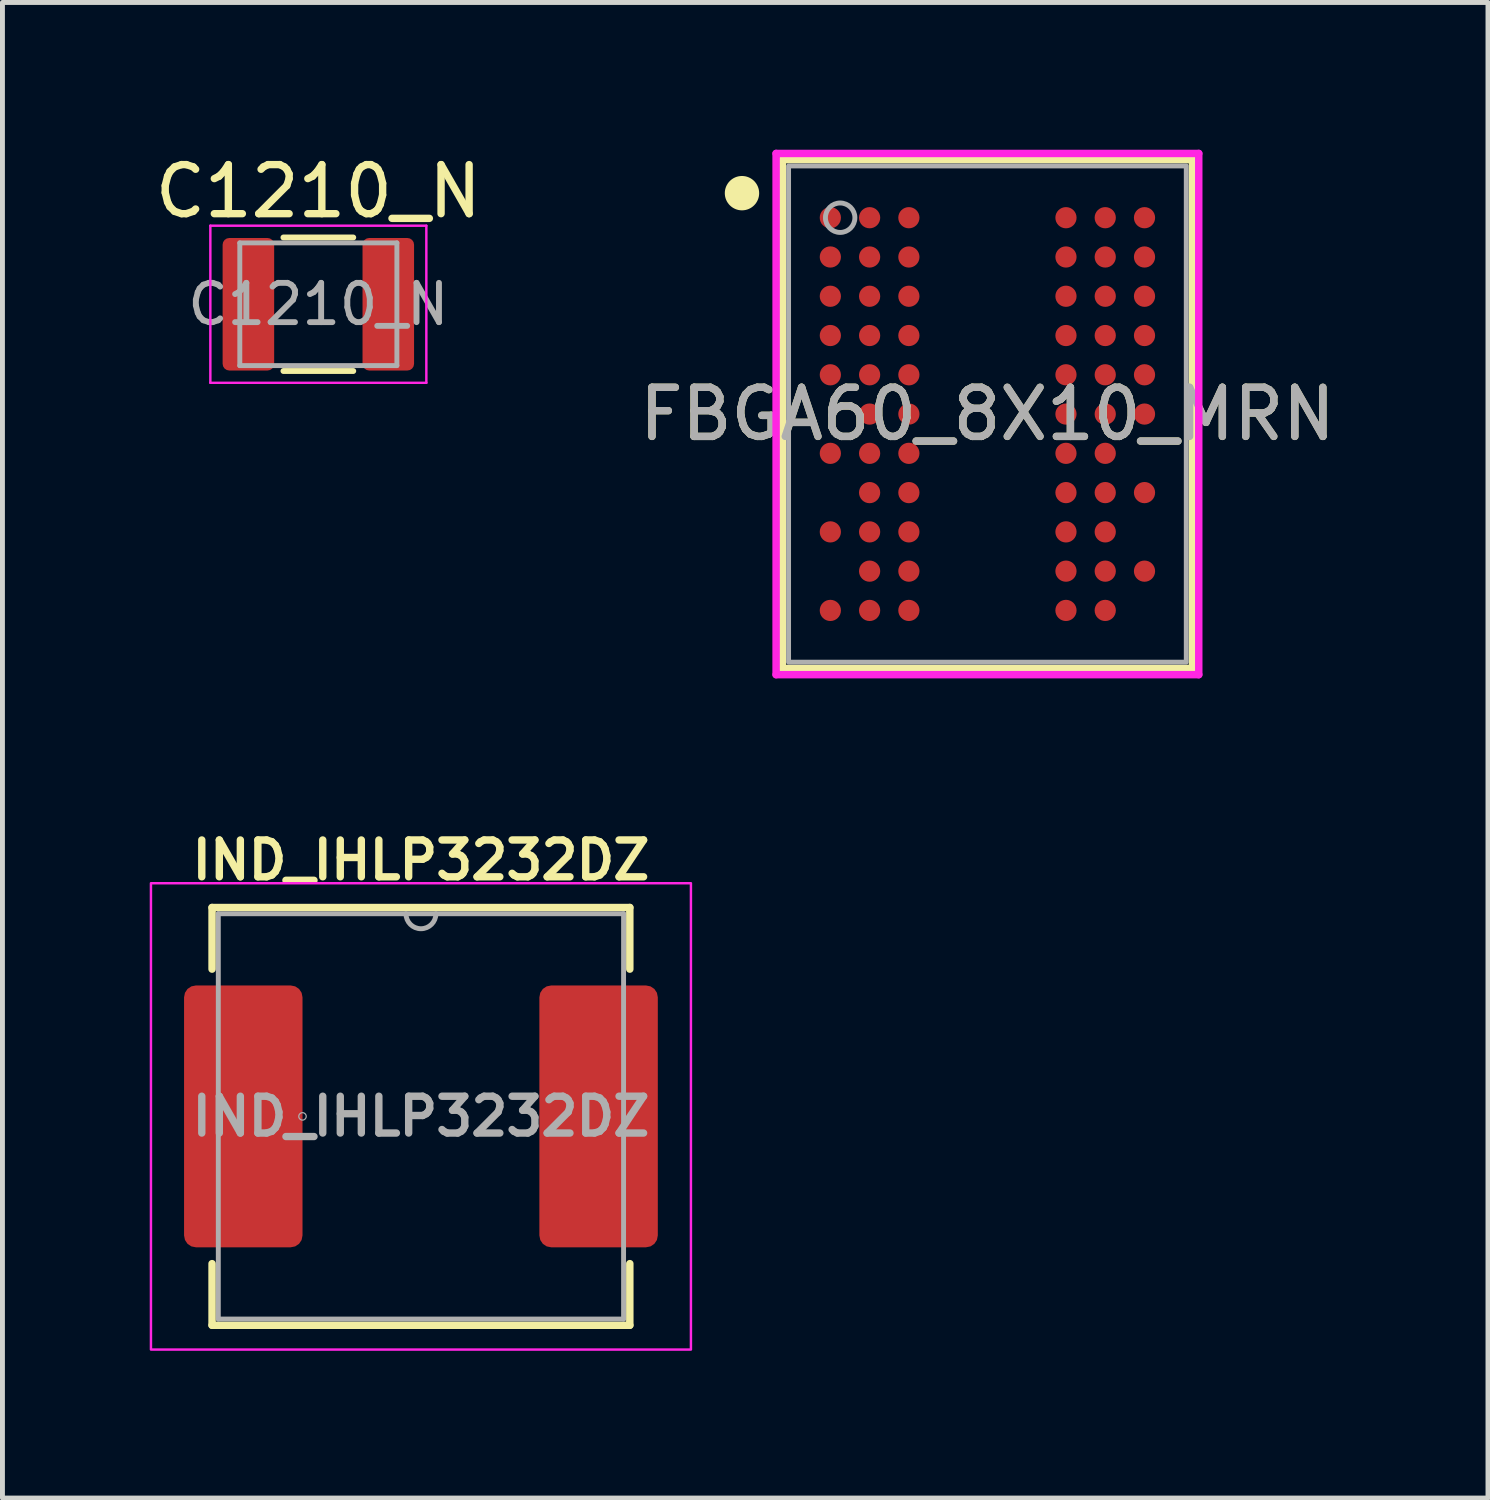
<source format=kicad_pcb>
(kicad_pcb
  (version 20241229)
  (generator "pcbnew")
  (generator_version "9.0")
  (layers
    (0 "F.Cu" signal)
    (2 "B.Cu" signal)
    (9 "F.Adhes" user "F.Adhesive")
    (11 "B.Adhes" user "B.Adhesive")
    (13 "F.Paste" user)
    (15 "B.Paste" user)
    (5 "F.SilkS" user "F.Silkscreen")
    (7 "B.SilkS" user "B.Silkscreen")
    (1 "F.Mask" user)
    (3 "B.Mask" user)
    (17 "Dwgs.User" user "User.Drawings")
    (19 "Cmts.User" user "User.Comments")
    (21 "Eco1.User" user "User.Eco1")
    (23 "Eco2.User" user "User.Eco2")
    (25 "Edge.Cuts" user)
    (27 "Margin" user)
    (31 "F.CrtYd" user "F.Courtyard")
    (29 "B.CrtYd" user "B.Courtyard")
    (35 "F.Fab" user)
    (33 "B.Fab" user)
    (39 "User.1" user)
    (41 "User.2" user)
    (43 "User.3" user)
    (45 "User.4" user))
  (footprint "IND_IHLP3232DZ"
    (layer "F.Cu")
    (at 5.525 19.692)
    (property "Reference" "IND_IHLP3232DZ" (at 0 -5.22 0) (unlocked yes) (layer "F.SilkS") (effects (font (size 0.75 0.75) (thickness 0.15))))
    (attr smd)
    (fp_line (start -4.255 -4.255) (end -4.255 -3) (stroke (width 0.152) (type solid)) (layer "F.SilkS"))
    (fp_line (start -4.255 3) (end -4.255 4.255) (stroke (width 0.152) (type solid)) (layer "F.SilkS"))
    (fp_line (start -4.255 4.255) (end 4.255 4.255) (stroke (width 0.152) (type solid)) (layer "F.SilkS"))
    (fp_line (start 4.255 -4.255) (end -4.255 -4.255) (stroke (width 0.152) (type solid)) (layer "F.SilkS"))
    (fp_line (start 4.255 -3) (end 4.255 -4.255) (stroke (width 0.152) (type solid)) (layer "F.SilkS"))
    (fp_line (start 4.255 4.255) (end 4.255 3) (stroke (width 0.152) (type solid)) (layer "F.SilkS"))
    (fp_rect (start -5.5 -4.75) (end 5.5 4.75) (stroke (width 0.05) (type default)) (fill no) (layer "F.CrtYd"))
    (fp_line (start -4.128 -4.128) (end -4.128 4.128) (stroke (width 0.1) (type solid)) (layer "F.Fab"))
    (fp_line (start -4.128 4.128) (end 4.128 4.128) (stroke (width 0.1) (type solid)) (layer "F.Fab"))
    (fp_line (start 4.128 -4.128) (end -4.128 -4.128) (stroke (width 0.1) (type solid)) (layer "F.Fab"))
    (fp_line (start 4.128 4.128) (end 4.128 -4.128) (stroke (width 0.1) (type solid)) (layer "F.Fab"))
    (fp_arc (start 0.3048 -4.1275) (mid 0 -3.8227) (end -0.3048 -4.1275) (stroke (width 0.1) (type solid)) (layer "F.Fab"))
    (fp_circle (center -2.413 0) (end -2.337 0) (stroke (width 0.025) (type solid)) (fill no) (layer "F.Fab"))
    (fp_text user "${REFERENCE}" (at 0 0 0) (unlocked yes) (layer "F.Fab") (effects (font (size 0.75 0.75) (thickness 0.15))))
    (pad "1" smd roundrect (at -3.619 0) (size 2.413 5.334) (layers "F.Cu" "F.Mask" "F.Paste") (roundrect_rratio 0.1))
    (pad "2" smd roundrect (at 3.619 0) (size 2.413 5.334) (layers "F.Cu" "F.Mask" "F.Paste") (roundrect_rratio 0.1)))
  (footprint "C1210_N"
    (layer "F.Cu")
    (at 3.435 3.148)
    (property "Reference" "C1210_N" (at 0 -2.3 0) (layer "F.SilkS") (effects (font (size 1 1) (thickness 0.15))))
    (attr smd)
    (fp_line (start -0.711 -1.36) (end 0.711 -1.36) (stroke (width 0.12) (type solid)) (layer "F.SilkS"))
    (fp_line (start -0.711 1.36) (end 0.711 1.36) (stroke (width 0.12) (type solid)) (layer "F.SilkS"))
    (fp_line (start -2.2 -1.6) (end 2.2 -1.6) (stroke (width 0.05) (type solid)) (layer "F.CrtYd"))
    (fp_line (start -2.2 1.6) (end -2.2 -1.6) (stroke (width 0.05) (type solid)) (layer "F.CrtYd"))
    (fp_line (start 2.2 -1.6) (end 2.2 1.6) (stroke (width 0.05) (type solid)) (layer "F.CrtYd"))
    (fp_line (start 2.2 1.6) (end -2.2 1.6) (stroke (width 0.05) (type solid)) (layer "F.CrtYd"))
    (fp_line (start -1.6 -1.25) (end 1.6 -1.25) (stroke (width 0.1) (type solid)) (layer "F.Fab"))
    (fp_line (start -1.6 1.25) (end -1.6 -1.25) (stroke (width 0.1) (type solid)) (layer "F.Fab"))
    (fp_line (start 1.6 -1.25) (end 1.6 1.25) (stroke (width 0.1) (type solid)) (layer "F.Fab"))
    (fp_line (start 1.6 1.25) (end -1.6 1.25) (stroke (width 0.1) (type solid)) (layer "F.Fab"))
    (fp_text user "${REFERENCE}" (at 0 0 0) (layer "F.Fab") (effects (font (size 0.8 0.8) (thickness 0.12))))
    (pad "1" smd roundrect (at -1.425 0) (size 1.05 2.7) (layers "F.Cu" "F.Mask" "F.Paste") (roundrect_rratio 0.13))
    (pad "2" smd roundrect (at 1.425 0) (size 1.05 2.7) (layers "F.Cu" "F.Mask" "F.Paste") (roundrect_rratio 0.13)))
  (footprint "FBGA60_8X10_MRN"
    (layer "F.Cu")
    (at 17.065 5.385)
    (property "Reference" "FBGA60_8X10_MRN" (at 0 0 0) (unlocked yes) (layer "F.SilkS") (effects (font (size 1 1) (thickness 0.15))))
    (attr smd)
    (fp_line (start -4.178 -5.182) (end -4.178 5.182) (stroke (width 0.152) (type solid)) (layer "F.SilkS"))
    (fp_line (start -4.178 5.182) (end 4.178 5.182) (stroke (width 0.152) (type solid)) (layer "F.SilkS"))
    (fp_line (start 4.178 -5.182) (end -4.178 -5.182) (stroke (width 0.152) (type solid)) (layer "F.SilkS"))
    (fp_line (start 4.178 5.182) (end 4.178 -5.182) (stroke (width 0.152) (type solid)) (layer "F.SilkS"))
    (fp_circle (center -5 -4.5) (end -4.7 -4.5) (stroke (width 0.1) (type solid)) (fill yes) (layer "F.SilkS"))
    (fp_line (start -4.305 -5.309) (end 4.305 -5.309) (stroke (width 0.152) (type solid)) (layer "F.CrtYd"))
    (fp_line (start -4.305 5.309) (end -4.305 -5.309) (stroke (width 0.152) (type solid)) (layer "F.CrtYd"))
    (fp_line (start 4.305 -5.309) (end 4.305 5.309) (stroke (width 0.152) (type solid)) (layer "F.CrtYd"))
    (fp_line (start 4.305 5.309) (end -4.305 5.309) (stroke (width 0.152) (type solid)) (layer "F.CrtYd"))
    (fp_rect (start -4.051 -5.055) (end 4.051 5.055) (stroke (width 0.1) (type default)) (fill no) (layer "F.Fab"))
    (fp_circle (center -3 -4) (end -2.7 -4) (stroke (width 0.1) (type solid)) (fill no) (layer "F.Fab"))
    (fp_text user "${REFERENCE}" (at 0 0 0) (unlocked yes) (layer "F.Fab") (effects (font (size 1 1) (thickness 0.15))))
    (pad "A1" smd circle (at -3.2 -4) (size 0.432 0.432) (layers "F.Cu" "F.Mask" "F.Paste"))
    (pad "A2" smd circle (at -2.4 -4) (size 0.432 0.432) (layers "F.Cu" "F.Mask" "F.Paste"))
    (pad "A3" smd circle (at -1.6 -4) (size 0.432 0.432) (layers "F.Cu" "F.Mask" "F.Paste"))
    (pad "A7" smd circle (at 1.6 -4) (size 0.432 0.432) (layers "F.Cu" "F.Mask" "F.Paste"))
    (pad "A8" smd circle (at 2.4 -4) (size 0.432 0.432) (layers "F.Cu" "F.Mask" "F.Paste"))
    (pad "A9" smd circle (at 3.2 -4) (size 0.432 0.432) (layers "F.Cu" "F.Mask" "F.Paste"))
    (pad "B1" smd circle (at -3.2 -3.2) (size 0.432 0.432) (layers "F.Cu" "F.Mask" "F.Paste"))
    (pad "B2" smd circle (at -2.4 -3.2) (size 0.432 0.432) (layers "F.Cu" "F.Mask" "F.Paste"))
    (pad "B3" smd circle (at -1.6 -3.2) (size 0.432 0.432) (layers "F.Cu" "F.Mask" "F.Paste"))
    (pad "B7" smd circle (at 1.6 -3.2) (size 0.432 0.432) (layers "F.Cu" "F.Mask" "F.Paste"))
    (pad "B8" smd circle (at 2.4 -3.2) (size 0.432 0.432) (layers "F.Cu" "F.Mask" "F.Paste"))
    (pad "B9" smd circle (at 3.2 -3.2) (size 0.432 0.432) (layers "F.Cu" "F.Mask" "F.Paste"))
    (pad "C1" smd circle (at -3.2 -2.4) (size 0.432 0.432) (layers "F.Cu" "F.Mask" "F.Paste"))
    (pad "C2" smd circle (at -2.4 -2.4) (size 0.432 0.432) (layers "F.Cu" "F.Mask" "F.Paste"))
    (pad "C3" smd circle (at -1.6 -2.4) (size 0.432 0.432) (layers "F.Cu" "F.Mask" "F.Paste"))
    (pad "C7" smd circle (at 1.6 -2.4) (size 0.432 0.432) (layers "F.Cu" "F.Mask" "F.Paste"))
    (pad "C8" smd circle (at 2.4 -2.4) (size 0.432 0.432) (layers "F.Cu" "F.Mask" "F.Paste"))
    (pad "C9" smd circle (at 3.2 -2.4) (size 0.432 0.432) (layers "F.Cu" "F.Mask" "F.Paste"))
    (pad "D1" smd circle (at -3.2 -1.6) (size 0.432 0.432) (layers "F.Cu" "F.Mask" "F.Paste"))
    (pad "D2" smd circle (at -2.4 -1.6) (size 0.432 0.432) (layers "F.Cu" "F.Mask" "F.Paste"))
    (pad "D3" smd circle (at -1.6 -1.6) (size 0.432 0.432) (layers "F.Cu" "F.Mask" "F.Paste"))
    (pad "D7" smd circle (at 1.6 -1.6) (size 0.432 0.432) (layers "F.Cu" "F.Mask" "F.Paste"))
    (pad "D8" smd circle (at 2.4 -1.6) (size 0.432 0.432) (layers "F.Cu" "F.Mask" "F.Paste"))
    (pad "D9" smd circle (at 3.2 -1.6) (size 0.432 0.432) (layers "F.Cu" "F.Mask" "F.Paste"))
    (pad "E1" smd circle (at -3.2 -0.8) (size 0.432 0.432) (layers "F.Cu" "F.Mask" "F.Paste"))
    (pad "E2" smd circle (at -2.4 -0.8) (size 0.432 0.432) (layers "F.Cu" "F.Mask" "F.Paste"))
    (pad "E3" smd circle (at -1.6 -0.8) (size 0.432 0.432) (layers "F.Cu" "F.Mask" "F.Paste"))
    (pad "E7" smd circle (at 1.6 -0.8) (size 0.432 0.432) (layers "F.Cu" "F.Mask" "F.Paste"))
    (pad "E8" smd circle (at 2.4 -0.8) (size 0.432 0.432) (layers "F.Cu" "F.Mask" "F.Paste"))
    (pad "E9" smd circle (at 3.2 -0.8) (size 0.432 0.432) (layers "F.Cu" "F.Mask" "F.Paste"))
    (pad "F2" smd circle (at -2.4 0) (size 0.432 0.432) (layers "F.Cu" "F.Mask" "F.Paste"))
    (pad "F3" smd circle (at -1.6 0) (size 0.432 0.432) (layers "F.Cu" "F.Mask" "F.Paste"))
    (pad "F7" smd circle (at 1.6 0) (size 0.432 0.432) (layers "F.Cu" "F.Mask" "F.Paste"))
    (pad "F8" smd circle (at 2.4 0) (size 0.432 0.432) (layers "F.Cu" "F.Mask" "F.Paste"))
    (pad "F9" smd circle (at 3.2 0) (size 0.432 0.432) (layers "F.Cu" "F.Mask" "F.Paste"))
    (pad "G1" smd circle (at -3.2 0.8) (size 0.432 0.432) (layers "F.Cu" "F.Mask" "F.Paste"))
    (pad "G2" smd circle (at -2.4 0.8) (size 0.432 0.432) (layers "F.Cu" "F.Mask" "F.Paste"))
    (pad "G3" smd circle (at -1.6 0.8) (size 0.432 0.432) (layers "F.Cu" "F.Mask" "F.Paste"))
    (pad "G7" smd circle (at 1.6 0.8) (size 0.432 0.432) (layers "F.Cu" "F.Mask" "F.Paste"))
    (pad "G8" smd circle (at 2.4 0.8) (size 0.432 0.432) (layers "F.Cu" "F.Mask" "F.Paste"))
    (pad "H2" smd circle (at -2.4 1.6) (size 0.432 0.432) (layers "F.Cu" "F.Mask" "F.Paste"))
    (pad "H3" smd circle (at -1.6 1.6) (size 0.432 0.432) (layers "F.Cu" "F.Mask" "F.Paste"))
    (pad "H7" smd circle (at 1.6 1.6) (size 0.432 0.432) (layers "F.Cu" "F.Mask" "F.Paste"))
    (pad "H8" smd circle (at 2.4 1.6) (size 0.432 0.432) (layers "F.Cu" "F.Mask" "F.Paste"))
    (pad "H9" smd circle (at 3.2 1.6) (size 0.432 0.432) (layers "F.Cu" "F.Mask" "F.Paste"))
    (pad "J1" smd circle (at -3.2 2.4) (size 0.432 0.432) (layers "F.Cu" "F.Mask" "F.Paste"))
    (pad "J2" smd circle (at -2.4 2.4) (size 0.432 0.432) (layers "F.Cu" "F.Mask" "F.Paste"))
    (pad "J3" smd circle (at -1.6 2.4) (size 0.432 0.432) (layers "F.Cu" "F.Mask" "F.Paste"))
    (pad "J7" smd circle (at 1.6 2.4) (size 0.432 0.432) (layers "F.Cu" "F.Mask" "F.Paste"))
    (pad "J8" smd circle (at 2.4 2.4) (size 0.432 0.432) (layers "F.Cu" "F.Mask" "F.Paste"))
    (pad "K2" smd circle (at -2.4 3.2) (size 0.432 0.432) (layers "F.Cu" "F.Mask" "F.Paste"))
    (pad "K3" smd circle (at -1.6 3.2) (size 0.432 0.432) (layers "F.Cu" "F.Mask" "F.Paste"))
    (pad "K7" smd circle (at 1.6 3.2) (size 0.432 0.432) (layers "F.Cu" "F.Mask" "F.Paste"))
    (pad "K8" smd circle (at 2.4 3.2) (size 0.432 0.432) (layers "F.Cu" "F.Mask" "F.Paste"))
    (pad "K9" smd circle (at 3.2 3.2) (size 0.432 0.432) (layers "F.Cu" "F.Mask" "F.Paste"))
    (pad "L1" smd circle (at -3.2 4) (size 0.432 0.432) (layers "F.Cu" "F.Mask" "F.Paste"))
    (pad "L2" smd circle (at -2.4 4) (size 0.432 0.432) (layers "F.Cu" "F.Mask" "F.Paste"))
    (pad "L3" smd circle (at -1.6 4) (size 0.432 0.432) (layers "F.Cu" "F.Mask" "F.Paste"))
    (pad "L7" smd circle (at 1.6 4) (size 0.432 0.432) (layers "F.Cu" "F.Mask" "F.Paste"))
    (pad "L8" smd circle (at 2.4 4) (size 0.432 0.432) (layers "F.Cu" "F.Mask" "F.Paste")))
  (gr_rect
    (start -3 -3)
    (end 27.262 27.467)
    (stroke (width 0.1) (type default))
    (fill no)
    (layer "Edge.Cuts")))
</source>
